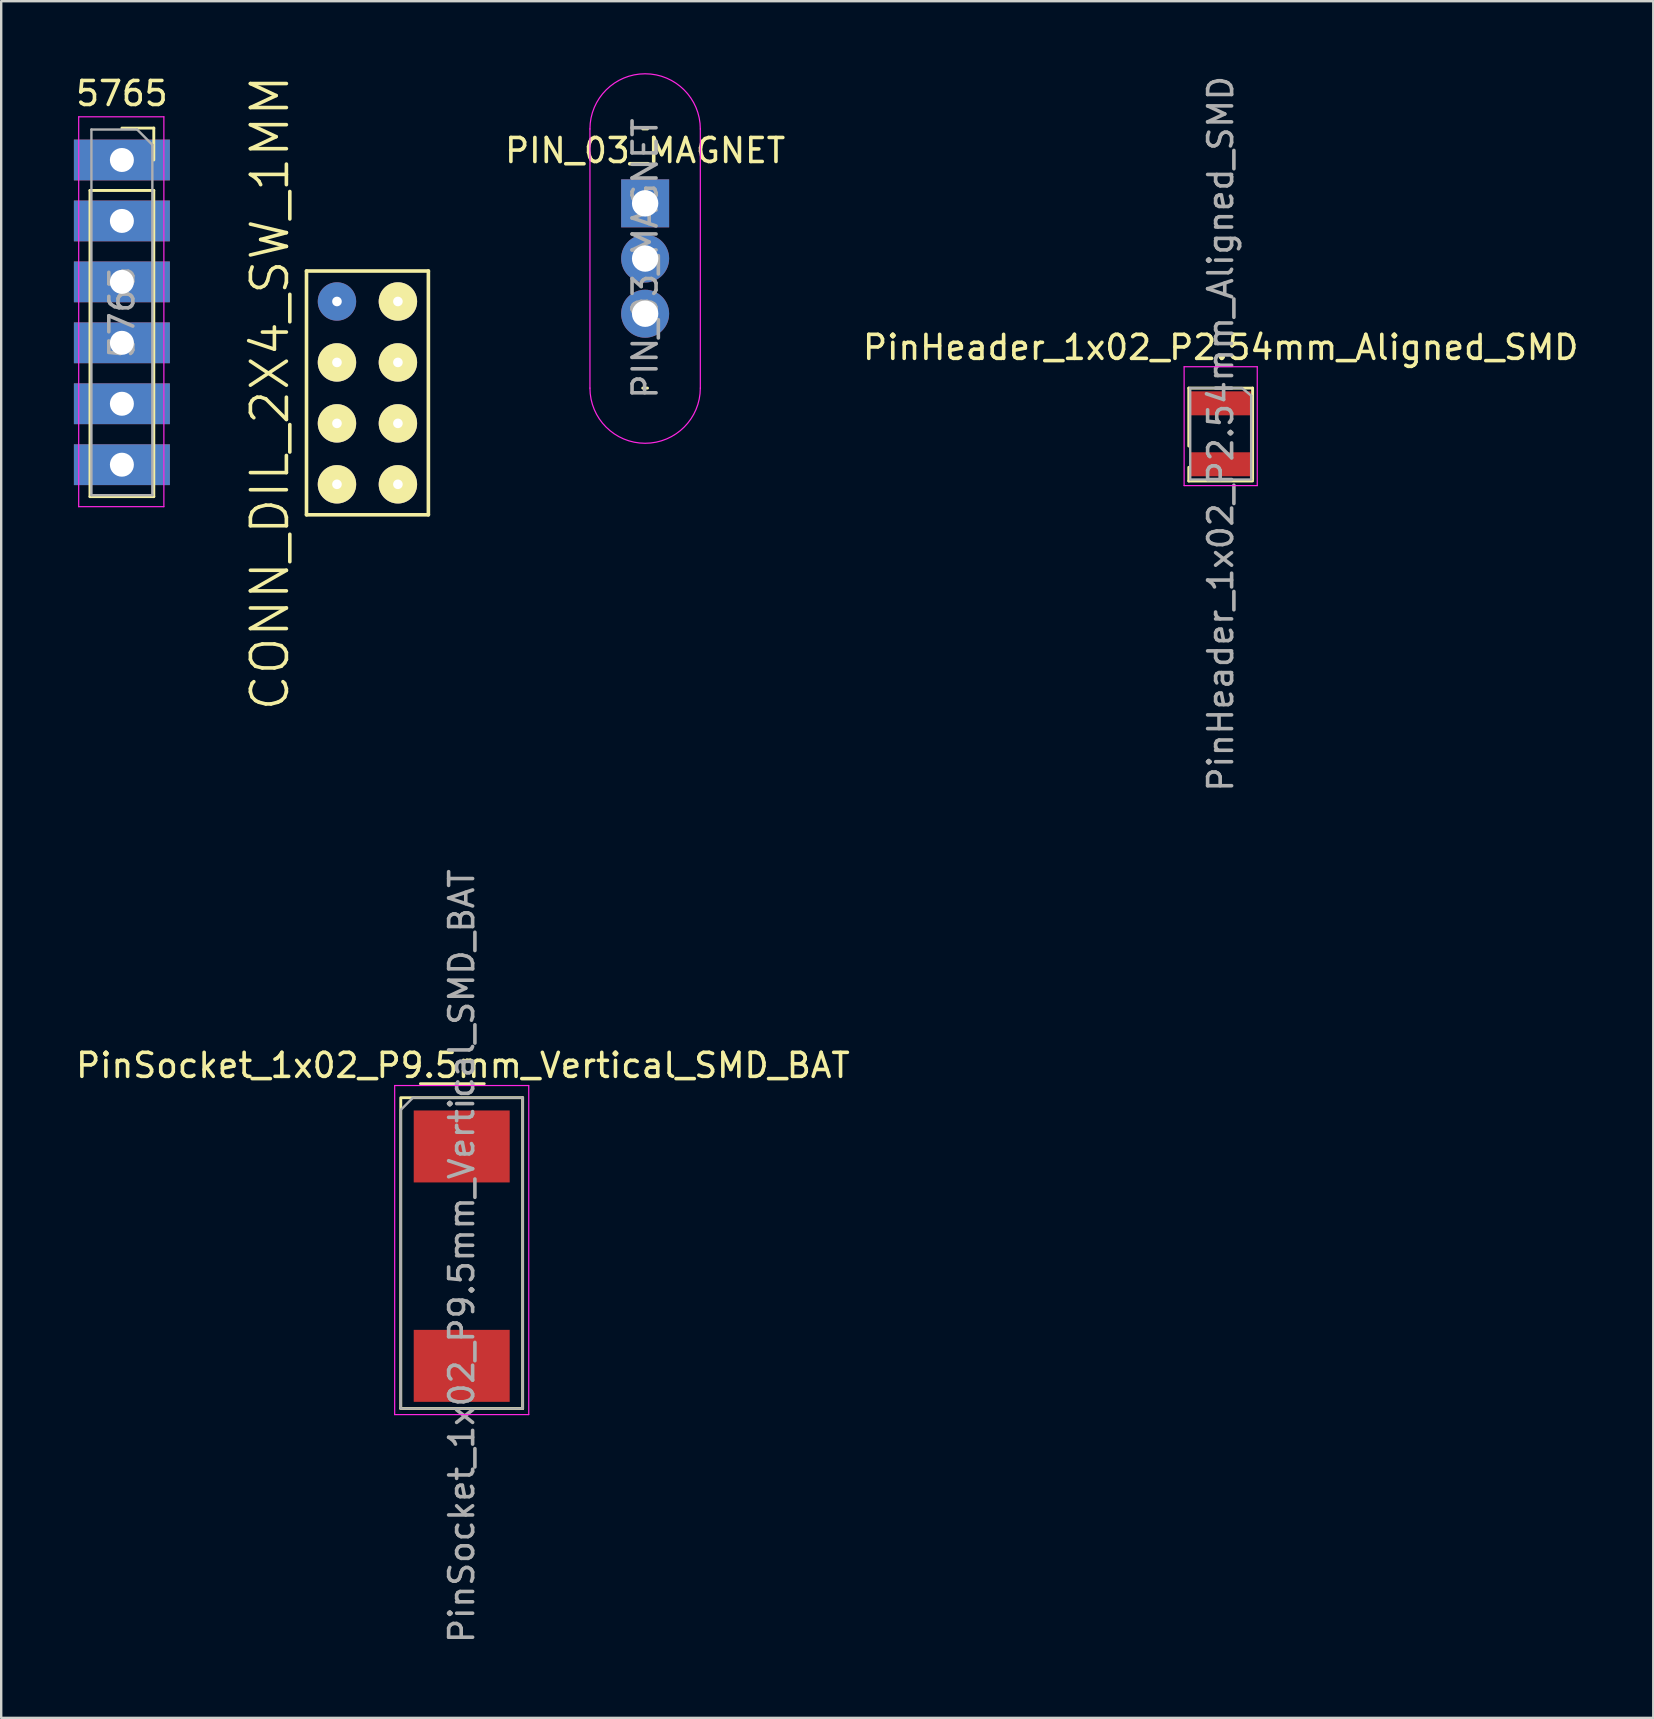
<source format=kicad_pcb>
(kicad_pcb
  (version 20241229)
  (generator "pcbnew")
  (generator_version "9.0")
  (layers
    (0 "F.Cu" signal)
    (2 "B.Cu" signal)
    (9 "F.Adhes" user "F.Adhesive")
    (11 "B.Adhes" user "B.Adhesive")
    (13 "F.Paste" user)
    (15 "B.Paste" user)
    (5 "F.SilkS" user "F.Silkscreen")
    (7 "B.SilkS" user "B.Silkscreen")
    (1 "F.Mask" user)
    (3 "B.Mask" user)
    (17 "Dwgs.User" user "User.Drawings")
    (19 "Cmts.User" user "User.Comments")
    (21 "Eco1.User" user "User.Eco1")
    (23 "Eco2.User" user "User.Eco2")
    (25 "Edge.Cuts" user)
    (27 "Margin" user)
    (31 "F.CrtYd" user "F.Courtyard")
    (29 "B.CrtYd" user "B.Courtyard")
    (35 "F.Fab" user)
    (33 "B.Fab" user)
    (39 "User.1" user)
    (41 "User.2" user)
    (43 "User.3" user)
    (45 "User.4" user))
  (footprint "PIN_03_MAGNET"
    (layer "F.Cu")
    (at 23.838 5.725)
    (property "Reference" "PIN_03_MAGNET" (at 0 -2.5 0) (layer "F.SilkS") (effects (font (size 1 1) (thickness 0.15))))
    (attr through_hole)
    (fp_line (start -0.1 -3.4) (end 0.1 -3.4) (stroke (width 0.12) (type solid)) (layer "F.SilkS"))
    (fp_line (start -0.1 7.4) (end 0.1 7.4) (stroke (width 0.12) (type solid)) (layer "F.SilkS"))
    (fp_line (start -2.3 7.4) (end -2.3 -3.4) (stroke (width 0.05) (type solid)) (layer "F.CrtYd"))
    (fp_line (start 2.3 -3.4) (end 2.3 7.4) (stroke (width 0.05) (type solid)) (layer "F.CrtYd"))
    (fp_arc (start -2.3 -3.4) (mid 0 -5.7) (end 2.3 -3.4) (stroke (width 0.05) (type solid)) (layer "F.CrtYd"))
    (fp_arc (start 2.3 7.4) (mid 0 9.7) (end -2.3 7.4) (stroke (width 0.05) (type solid)) (layer "F.CrtYd"))
    (fp_text user "${REFERENCE}" (at 0 2 90) (layer "F.Fab") (effects (font (size 1 1) (thickness 0.15))))
    (pad "1" thru_hole rect (at 0 -0.3) (size 2 2) (drill 1.1) (layers "*.Cu" "*.Mask"))
    (pad "2" thru_hole oval (at 0 2) (size 2 2) (drill 1.1) (layers "*.Cu" "*.Mask"))
    (pad "3" thru_hole oval (at 0 4.3) (size 2 2) (drill 1.1) (layers "*.Cu" "*.Mask")))
  (footprint "PinHeader_1x02_P2.54mm_Aligned_SMD"
    (layer "F.Cu")
    (at 47.826 15.03)
    (property "Reference" "PinHeader_1x02_P2.54mm_Aligned_SMD" (at 0 -3.6 0) (layer "F.SilkS") (effects (font (size 1 1) (thickness 0.15))))
    (attr smd)
    (fp_line (start -1.33 -1.905) (end -1.33 0.51) (stroke (width 0.12) (type solid)) (layer "F.SilkS"))
    (fp_line (start -1.33 -1.905) (end 1.33 -1.905) (stroke (width 0.12) (type solid)) (layer "F.SilkS"))
    (fp_line (start -1.33 1.397) (end -1.33 1.967) (stroke (width 0.12) (type solid)) (layer "F.SilkS"))
    (fp_line (start -1.33 1.967) (end 1.33 1.967) (stroke (width 0.12) (type solid)) (layer "F.SilkS"))
    (fp_line (start 1.33 -1.905) (end 1.33 -0.51) (stroke (width 0.12) (type solid)) (layer "F.SilkS"))
    (fp_line (start 1.33 -0.51) (end 1.33 1.905) (stroke (width 0.12) (type solid)) (layer "F.SilkS"))
    (fp_line (start -1.524 -2.794) (end -1.524 2.159) (stroke (width 0.05) (type solid)) (layer "F.CrtYd"))
    (fp_line (start -1.524 2.159) (end 1.524 2.159) (stroke (width 0.05) (type solid)) (layer "F.CrtYd"))
    (fp_line (start 1.524 -2.794) (end -1.524 -2.794) (stroke (width 0.05) (type solid)) (layer "F.CrtYd"))
    (fp_line (start 1.524 2.159) (end 1.524 -2.794) (stroke (width 0.05) (type solid)) (layer "F.CrtYd"))
    (fp_line (start -1.27 -1.905) (end -1.27 1.905) (stroke (width 0.1) (type solid)) (layer "F.Fab"))
    (fp_line (start -1.27 -1.905) (end 0.889 -1.905) (stroke (width 0.1) (type solid)) (layer "F.Fab"))
    (fp_line (start 1.27 -1.59) (end 0.889 -1.905) (stroke (width 0.1) (type solid)) (layer "F.Fab"))
    (fp_line (start 1.27 1.905) (end -1.27 1.905) (stroke (width 0.1) (type solid)) (layer "F.Fab"))
    (fp_line (start 1.27 1.905) (end 1.27 -1.59) (stroke (width 0.1) (type solid)) (layer "F.Fab"))
    (fp_text user "${REFERENCE}" (at 0 0 90) (layer "F.Fab") (effects (font (size 1 1) (thickness 0.15))))
    (pad "1" smd rect (at 0 -1.27) (size 2.51 1) (layers "F.Cu" "F.Mask" "F.Paste"))
    (pad "2" smd rect (at 0 1.27) (size 2.51 1) (layers "F.Cu" "F.Mask" "F.Paste")))
  (footprint "5765"
    (layer "F.Cu")
    (at 2.03 3.618)
    (property "Reference" "5765" (at 0 -2.77 0) (layer "F.SilkS") (effects (font (size 1 1) (thickness 0.15))))
    (attr through_hole)
    (fp_line (start -1.33 1.27) (end -1.33 14.03) (stroke (width 0.12) (type solid)) (layer "F.SilkS"))
    (fp_line (start -1.33 1.27) (end 1.33 1.27) (stroke (width 0.12) (type solid)) (layer "F.SilkS"))
    (fp_line (start -1.33 14.03) (end 1.33 14.03) (stroke (width 0.12) (type solid)) (layer "F.SilkS"))
    (fp_line (start 0 -1.33) (end 1.33 -1.33) (stroke (width 0.12) (type solid)) (layer "F.SilkS"))
    (fp_line (start 1.33 -1.33) (end 1.33 0) (stroke (width 0.12) (type solid)) (layer "F.SilkS"))
    (fp_line (start 1.33 1.27) (end 1.33 14.03) (stroke (width 0.12) (type solid)) (layer "F.SilkS"))
    (fp_line (start -1.8 -1.8) (end 1.75 -1.8) (stroke (width 0.05) (type solid)) (layer "F.CrtYd"))
    (fp_line (start -1.8 14.45) (end -1.8 -1.8) (stroke (width 0.05) (type solid)) (layer "F.CrtYd"))
    (fp_line (start 1.75 -1.8) (end 1.75 14.45) (stroke (width 0.05) (type solid)) (layer "F.CrtYd"))
    (fp_line (start 1.75 14.45) (end -1.8 14.45) (stroke (width 0.05) (type solid)) (layer "F.CrtYd"))
    (fp_line (start -1.27 -1.27) (end 0.635 -1.27) (stroke (width 0.1) (type solid)) (layer "F.Fab"))
    (fp_line (start -1.27 13.97) (end -1.27 -1.27) (stroke (width 0.1) (type solid)) (layer "F.Fab"))
    (fp_line (start 0.635 -1.27) (end 1.27 -0.635) (stroke (width 0.1) (type solid)) (layer "F.Fab"))
    (fp_line (start 1.27 -0.635) (end 1.27 13.97) (stroke (width 0.1) (type solid)) (layer "F.Fab"))
    (fp_line (start 1.27 13.97) (end -1.27 13.97) (stroke (width 0.1) (type solid)) (layer "F.Fab"))
    (fp_text user "${REFERENCE}" (at 0 6.35 90) (layer "F.Fab") (effects (font (size 1 1) (thickness 0.15))))
    (pad "1" thru_hole rect (at 0 0) (size 4 1.7) (drill 1) (layers "*.Cu" "*.Mask"))
    (pad "2" thru_hole rect (at 0 2.54 180) (size 4 1.7) (drill 1) (layers "*.Cu" "*.Mask"))
    (pad "3" thru_hole rect (at 0 5.08) (size 4 1.7) (drill 1) (layers "*.Cu" "*.Mask"))
    (pad "4" thru_hole rect (at 0 7.62) (size 4 1.7) (drill 1) (layers "*.Cu" "*.Mask"))
    (pad "5" thru_hole rect (at 0 10.16) (size 4 1.7) (drill 1) (layers "*.Cu" "*.Mask"))
    (pad "6" thru_hole rect (at 0 12.7) (size 4 1.7) (drill 1) (layers "*.Cu" "*.Mask")))
  (footprint "CONN_DIL_2X4_SW_1MM"
    (layer "F.Cu")
    (at 12.264 13.325)
    (property "Reference" "CONN_DIL_2X4_SW_1MM" (at -4.064 0 90) (layer "F.SilkS") (effects (font (size 1.5 1.5) (thickness 0.15))))
    (attr through_hole)
    (fp_line (start -2.54 -5.08) (end -2.54 5.08) (stroke (width 0.15) (type solid)) (layer "F.SilkS"))
    (fp_line (start -2.54 5.08) (end 2.54 5.08) (stroke (width 0.15) (type solid)) (layer "F.SilkS"))
    (fp_line (start 2.54 -5.08) (end -2.54 -5.08) (stroke (width 0.15) (type solid)) (layer "F.SilkS"))
    (fp_line (start 2.54 -5.08) (end 2.54 5.08) (stroke (width 0.15) (type solid)) (layer "F.SilkS"))
    (pad "1" thru_hole circle (at -1.27 -3.81) (size 1.6 1.6) (drill 0.4) (layers "*.Cu" "*.Mask"))
    (pad "2" thru_hole circle (at 1.27 -3.81) (size 1.6 1.6) (drill 0.4) (layers "*.Cu" "*.Mask" "F.SilkS"))
    (pad "3" thru_hole circle (at -1.27 -1.27) (size 1.6 1.6) (drill 0.4) (layers "*.Cu" "*.Mask" "F.SilkS"))
    (pad "4" thru_hole circle (at 1.27 -1.27) (size 1.6 1.6) (drill 0.4) (layers "*.Cu" "*.Mask" "F.SilkS"))
    (pad "5" thru_hole circle (at -1.27 1.27) (size 1.6 1.6) (drill 0.4) (layers "*.Cu" "*.Mask" "F.SilkS"))
    (pad "6" thru_hole circle (at 1.27 1.27) (size 1.6 1.6) (drill 0.4) (layers "*.Cu" "*.Mask" "F.SilkS"))
    (pad "7" thru_hole circle (at -1.27 3.81) (size 1.6 1.6) (drill 0.4) (layers "*.Cu" "*.Mask" "F.SilkS"))
    (pad "8" thru_hole circle (at 1.27 3.81) (size 1.6 1.6) (drill 0.4) (layers "*.Cu" "*.Mask" "F.SilkS")))
  (footprint "PinSocket_1x02_P9.5mm_Vertical_SMD_BAT"
    (layer "F.Cu")
    (at 16.193 49.304)
    (property "Reference" "PinSocket_1x02_P9.5mm_Vertical_SMD_BAT" (at 0.051 -7.95 0) (layer "F.SilkS") (effects (font (size 1 1) (thickness 0.15))))
    (attr smd)
    (fp_line (start -2.54 -6.604) (end -2.54 6.35) (stroke (width 0.12) (type solid)) (layer "F.SilkS"))
    (fp_line (start -2.54 6.35) (end 2.54 6.35) (stroke (width 0.12) (type solid)) (layer "F.SilkS"))
    (fp_line (start -2.48 -6.604) (end 2.54 -6.604) (stroke (width 0.12) (type solid)) (layer "F.SilkS"))
    (fp_line (start -1.72 -7.188) (end 0.94 -7.188) (stroke (width 0.12) (type solid)) (layer "F.SilkS"))
    (fp_line (start 2.54 -6.604) (end 2.54 6.35) (stroke (width 0.12) (type solid)) (layer "F.SilkS"))
    (fp_line (start -2.794 -7.112) (end 2.794 -7.112) (stroke (width 0.05) (type solid)) (layer "F.CrtYd"))
    (fp_line (start -2.794 6.604) (end -2.794 -7.112) (stroke (width 0.05) (type solid)) (layer "F.CrtYd"))
    (fp_line (start 2.794 -7.112) (end 2.794 6.604) (stroke (width 0.05) (type solid)) (layer "F.CrtYd"))
    (fp_line (start 2.794 6.604) (end -2.794 6.604) (stroke (width 0.05) (type solid)) (layer "F.CrtYd"))
    (fp_line (start -2.54 -6.096) (end -2.032 -6.604) (stroke (width 0.1) (type solid)) (layer "F.Fab"))
    (fp_line (start -2.54 6.35) (end -2.54 -6.096) (stroke (width 0.1) (type solid)) (layer "F.Fab"))
    (fp_line (start -2.032 -6.604) (end 2.54 -6.604) (stroke (width 0.1) (type solid)) (layer "F.Fab"))
    (fp_line (start 2.54 -6.604) (end 2.54 6.35) (stroke (width 0.1) (type solid)) (layer "F.Fab"))
    (fp_line (start 2.54 6.35) (end -2.54 6.35) (stroke (width 0.1) (type solid)) (layer "F.Fab"))
    (fp_text user "${REFERENCE}" (at 0 0 90) (layer "F.Fab") (effects (font (size 1 1) (thickness 0.15))))
    (pad "1" smd rect (at 0 -4.572) (size 4 3) (layers "F.Cu" "F.Mask" "F.Paste"))
    (pad "2" smd rect (at 0 4.572) (size 4 3) (layers "F.Cu" "F.Mask" "F.Paste")))
  (gr_rect
    (start -3 -3)
    (end 65.855 68.548)
    (stroke (width 0.1) (type default))
    (fill no)
    (layer "Edge.Cuts")))
</source>
